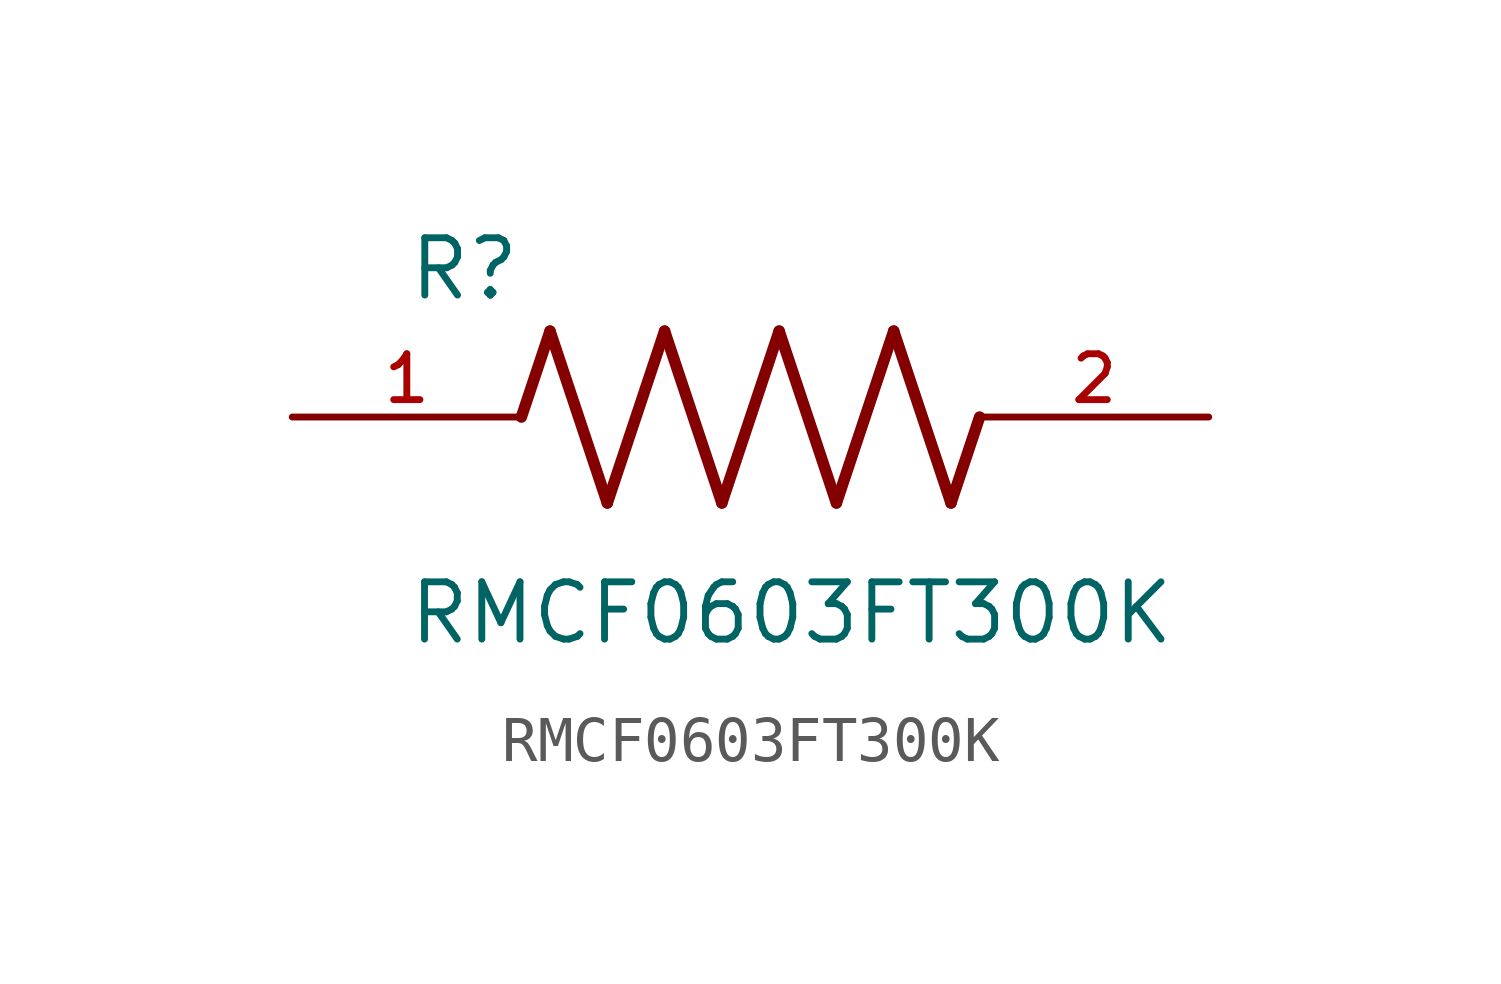
<source format=kicad_sym>
(kicad_symbol_lib
  (version 20211014)
  (generator kicad_symbol_editor)
  (symbol "RMCF0603FT300K"
    (pin_names
      (offset 1.016))
    (property "Reference" "R"
      (at -7.624 2.541 0)
      (effects (font (size 1.27 1.27)) (justify bottom left)))
    (property "Value" "RMCF0603FT300K"
      (at -7.63 -5.087 0)
      (effects (font (size 1.27 1.27)) (justify bottom left)))
    (symbol "RMCF0603FT300K_0_0"
      (polyline (pts (xy -5.08 0.0) (xy -4.445 1.905)) (stroke (width 0.254)))
      (polyline (pts (xy -4.445 1.905) (xy -3.175 -1.905)) (stroke (width 0.254)))
      (polyline (pts (xy -3.175 -1.905) (xy -1.905 1.905)) (stroke (width 0.254)))
      (polyline (pts (xy -1.905 1.905) (xy -0.635 -1.905)) (stroke (width 0.254)))
      (polyline (pts (xy -0.635 -1.905) (xy 0.635 1.905)) (stroke (width 0.254)))
      (polyline (pts (xy 0.635 1.905) (xy 1.905 -1.905)) (stroke (width 0.254)))
      (polyline (pts (xy 1.905 -1.905) (xy 3.175 1.905)) (stroke (width 0.254)))
      (polyline (pts (xy 3.175 1.905) (xy 4.445 -1.905)) (stroke (width 0.254)))
      (polyline (pts (xy 4.445 -1.905) (xy 5.08 0.0)) (stroke (width 0.254)))
      (pin passive line (at -10.16 0.0 0) (length 5.08) (name "~" (effects (font (size 1.016 1.016)))) (number "1" (effects (font (size 1.016 1.016)))))
      (pin passive line (at 10.16 0.0 180.0) (length 5.08) (name "~" (effects (font (size 1.016 1.016)))) (number "2" (effects (font (size 1.016 1.016))))))))
</source>
